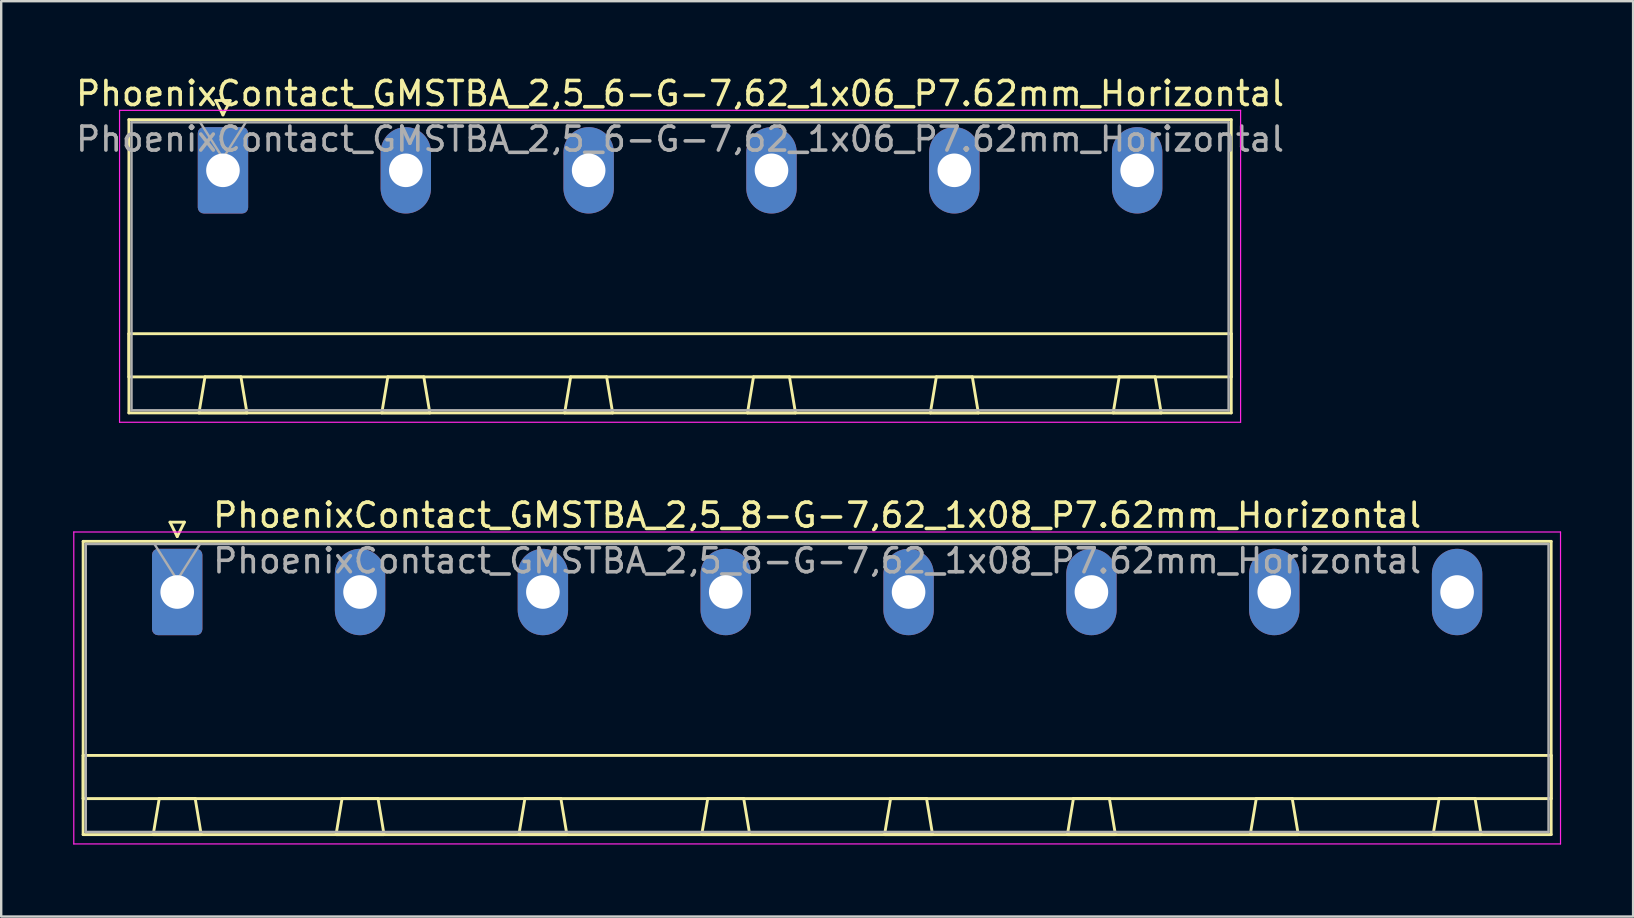
<source format=kicad_pcb>
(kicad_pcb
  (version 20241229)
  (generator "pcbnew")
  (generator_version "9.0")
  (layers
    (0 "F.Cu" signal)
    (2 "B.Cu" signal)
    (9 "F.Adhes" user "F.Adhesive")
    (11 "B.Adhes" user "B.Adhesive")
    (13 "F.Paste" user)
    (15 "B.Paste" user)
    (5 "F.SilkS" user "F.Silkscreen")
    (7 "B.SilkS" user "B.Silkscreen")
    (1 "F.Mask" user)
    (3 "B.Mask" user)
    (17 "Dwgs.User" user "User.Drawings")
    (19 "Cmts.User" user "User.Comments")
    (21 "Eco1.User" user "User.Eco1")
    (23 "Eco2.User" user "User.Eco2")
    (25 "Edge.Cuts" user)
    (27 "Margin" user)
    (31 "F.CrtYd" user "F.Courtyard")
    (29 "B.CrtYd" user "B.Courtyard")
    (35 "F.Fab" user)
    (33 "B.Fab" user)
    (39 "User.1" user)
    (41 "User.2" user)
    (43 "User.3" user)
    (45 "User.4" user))
  (footprint "PhoenixContact_GMSTBA_2,5_8-G-7,62_1x08_P7.62mm_Horizontal"
    (layer "F.Cu")
    (at 4.335 21.622)
    (property "Reference" "PhoenixContact_GMSTBA_2,5_8-G-7,62_1x08_P7.62mm_Horizontal" (at 26.67 -3.2 0) (layer "F.SilkS") (effects (font (size 1 1) (thickness 0.15))))
    (attr through_hole)
    (fp_line (start -3.92 -2.11) (end -3.92 10.11) (stroke (width 0.12) (type solid)) (layer "F.SilkS"))
    (fp_line (start -3.92 6.81) (end 57.26 6.81) (stroke (width 0.12) (type solid)) (layer "F.SilkS"))
    (fp_line (start -3.92 8.61) (end -3.92 6.81) (stroke (width 0.12) (type solid)) (layer "F.SilkS"))
    (fp_line (start -3.92 10.11) (end 57.26 10.11) (stroke (width 0.12) (type solid)) (layer "F.SilkS"))
    (fp_line (start -1 10.11) (end 1 10.11) (stroke (width 0.12) (type solid)) (layer "F.SilkS"))
    (fp_line (start -0.75 8.61) (end -1 10.11) (stroke (width 0.12) (type solid)) (layer "F.SilkS"))
    (fp_line (start -0.3 -2.91) (end 0.3 -2.91) (stroke (width 0.12) (type solid)) (layer "F.SilkS"))
    (fp_line (start 0 -2.31) (end -0.3 -2.91) (stroke (width 0.12) (type solid)) (layer "F.SilkS"))
    (fp_line (start 0.3 -2.91) (end 0 -2.31) (stroke (width 0.12) (type solid)) (layer "F.SilkS"))
    (fp_line (start 0.75 8.61) (end -0.75 8.61) (stroke (width 0.12) (type solid)) (layer "F.SilkS"))
    (fp_line (start 1 10.11) (end 0.75 8.61) (stroke (width 0.12) (type solid)) (layer "F.SilkS"))
    (fp_line (start 6.62 10.11) (end 8.62 10.11) (stroke (width 0.12) (type solid)) (layer "F.SilkS"))
    (fp_line (start 6.87 8.61) (end 6.62 10.11) (stroke (width 0.12) (type solid)) (layer "F.SilkS"))
    (fp_line (start 8.37 8.61) (end 6.87 8.61) (stroke (width 0.12) (type solid)) (layer "F.SilkS"))
    (fp_line (start 8.62 10.11) (end 8.37 8.61) (stroke (width 0.12) (type solid)) (layer "F.SilkS"))
    (fp_line (start 14.24 10.11) (end 16.24 10.11) (stroke (width 0.12) (type solid)) (layer "F.SilkS"))
    (fp_line (start 14.49 8.61) (end 14.24 10.11) (stroke (width 0.12) (type solid)) (layer "F.SilkS"))
    (fp_line (start 15.99 8.61) (end 14.49 8.61) (stroke (width 0.12) (type solid)) (layer "F.SilkS"))
    (fp_line (start 16.24 10.11) (end 15.99 8.61) (stroke (width 0.12) (type solid)) (layer "F.SilkS"))
    (fp_line (start 21.86 10.11) (end 23.86 10.11) (stroke (width 0.12) (type solid)) (layer "F.SilkS"))
    (fp_line (start 22.11 8.61) (end 21.86 10.11) (stroke (width 0.12) (type solid)) (layer "F.SilkS"))
    (fp_line (start 23.61 8.61) (end 22.11 8.61) (stroke (width 0.12) (type solid)) (layer "F.SilkS"))
    (fp_line (start 23.86 10.11) (end 23.61 8.61) (stroke (width 0.12) (type solid)) (layer "F.SilkS"))
    (fp_line (start 29.48 10.11) (end 31.48 10.11) (stroke (width 0.12) (type solid)) (layer "F.SilkS"))
    (fp_line (start 29.73 8.61) (end 29.48 10.11) (stroke (width 0.12) (type solid)) (layer "F.SilkS"))
    (fp_line (start 31.23 8.61) (end 29.73 8.61) (stroke (width 0.12) (type solid)) (layer "F.SilkS"))
    (fp_line (start 31.48 10.11) (end 31.23 8.61) (stroke (width 0.12) (type solid)) (layer "F.SilkS"))
    (fp_line (start 37.1 10.11) (end 39.1 10.11) (stroke (width 0.12) (type solid)) (layer "F.SilkS"))
    (fp_line (start 37.35 8.61) (end 37.1 10.11) (stroke (width 0.12) (type solid)) (layer "F.SilkS"))
    (fp_line (start 38.85 8.61) (end 37.35 8.61) (stroke (width 0.12) (type solid)) (layer "F.SilkS"))
    (fp_line (start 39.1 10.11) (end 38.85 8.61) (stroke (width 0.12) (type solid)) (layer "F.SilkS"))
    (fp_line (start 44.72 10.11) (end 46.72 10.11) (stroke (width 0.12) (type solid)) (layer "F.SilkS"))
    (fp_line (start 44.97 8.61) (end 44.72 10.11) (stroke (width 0.12) (type solid)) (layer "F.SilkS"))
    (fp_line (start 46.47 8.61) (end 44.97 8.61) (stroke (width 0.12) (type solid)) (layer "F.SilkS"))
    (fp_line (start 46.72 10.11) (end 46.47 8.61) (stroke (width 0.12) (type solid)) (layer "F.SilkS"))
    (fp_line (start 52.34 10.11) (end 54.34 10.11) (stroke (width 0.12) (type solid)) (layer "F.SilkS"))
    (fp_line (start 52.59 8.61) (end 52.34 10.11) (stroke (width 0.12) (type solid)) (layer "F.SilkS"))
    (fp_line (start 54.09 8.61) (end 52.59 8.61) (stroke (width 0.12) (type solid)) (layer "F.SilkS"))
    (fp_line (start 54.34 10.11) (end 54.09 8.61) (stroke (width 0.12) (type solid)) (layer "F.SilkS"))
    (fp_line (start 57.26 -2.11) (end -3.92 -2.11) (stroke (width 0.12) (type solid)) (layer "F.SilkS"))
    (fp_line (start 57.26 6.81) (end 57.26 8.61) (stroke (width 0.12) (type solid)) (layer "F.SilkS"))
    (fp_line (start 57.26 8.61) (end -3.92 8.61) (stroke (width 0.12) (type solid)) (layer "F.SilkS"))
    (fp_line (start 57.26 10.11) (end 57.26 -2.11) (stroke (width 0.12) (type solid)) (layer "F.SilkS"))
    (fp_line (start -4.31 -2.5) (end -4.31 10.5) (stroke (width 0.05) (type solid)) (layer "F.CrtYd"))
    (fp_line (start -4.31 10.5) (end 57.65 10.5) (stroke (width 0.05) (type solid)) (layer "F.CrtYd"))
    (fp_line (start 57.65 -2.5) (end -4.31 -2.5) (stroke (width 0.05) (type solid)) (layer "F.CrtYd"))
    (fp_line (start 57.65 10.5) (end 57.65 -2.5) (stroke (width 0.05) (type solid)) (layer "F.CrtYd"))
    (fp_line (start -3.81 -2) (end -3.81 10) (stroke (width 0.1) (type solid)) (layer "F.Fab"))
    (fp_line (start -3.81 10) (end 57.15 10) (stroke (width 0.1) (type solid)) (layer "F.Fab"))
    (fp_line (start 0 -0.5) (end -0.95 -2) (stroke (width 0.1) (type solid)) (layer "F.Fab"))
    (fp_line (start 0.95 -2) (end 0 -0.5) (stroke (width 0.1) (type solid)) (layer "F.Fab"))
    (fp_line (start 57.15 -2) (end -3.81 -2) (stroke (width 0.1) (type solid)) (layer "F.Fab"))
    (fp_line (start 57.15 10) (end 57.15 -2) (stroke (width 0.1) (type solid)) (layer "F.Fab"))
    (fp_text user "${REFERENCE}" (at 26.67 -1.3 0) (layer "F.Fab") (effects (font (size 1 1) (thickness 0.15))))
    (pad "1" thru_hole roundrect (at 0 0) (size 2.1 3.6) (drill 1.4) (layers "*.Cu" "*.Mask") (roundrect_rratio 0.119))
    (pad "2" thru_hole oval (at 7.62 0) (size 2.1 3.6) (drill 1.4) (layers "*.Cu" "*.Mask"))
    (pad "3" thru_hole oval (at 15.24 0) (size 2.1 3.6) (drill 1.4) (layers "*.Cu" "*.Mask"))
    (pad "4" thru_hole oval (at 22.86 0) (size 2.1 3.6) (drill 1.4) (layers "*.Cu" "*.Mask"))
    (pad "5" thru_hole oval (at 30.48 0) (size 2.1 3.6) (drill 1.4) (layers "*.Cu" "*.Mask"))
    (pad "6" thru_hole oval (at 38.1 0) (size 2.1 3.6) (drill 1.4) (layers "*.Cu" "*.Mask"))
    (pad "7" thru_hole oval (at 45.72 0) (size 2.1 3.6) (drill 1.4) (layers "*.Cu" "*.Mask"))
    (pad "8" thru_hole oval (at 53.34 0) (size 2.1 3.6) (drill 1.4) (layers "*.Cu" "*.Mask")))
  (footprint "PhoenixContact_GMSTBA_2,5_6-G-7,62_1x06_P7.62mm_Horizontal"
    (layer "F.Cu")
    (at 6.242 4.048)
    (property "Reference" "PhoenixContact_GMSTBA_2,5_6-G-7,62_1x06_P7.62mm_Horizontal" (at 19.05 -3.2 0) (layer "F.SilkS") (effects (font (size 1 1) (thickness 0.15))))
    (attr through_hole)
    (fp_line (start -3.92 -2.11) (end -3.92 10.11) (stroke (width 0.12) (type solid)) (layer "F.SilkS"))
    (fp_line (start -3.92 6.81) (end 42.02 6.81) (stroke (width 0.12) (type solid)) (layer "F.SilkS"))
    (fp_line (start -3.92 8.61) (end -3.92 6.81) (stroke (width 0.12) (type solid)) (layer "F.SilkS"))
    (fp_line (start -3.92 10.11) (end 42.02 10.11) (stroke (width 0.12) (type solid)) (layer "F.SilkS"))
    (fp_line (start -1 10.11) (end 1 10.11) (stroke (width 0.12) (type solid)) (layer "F.SilkS"))
    (fp_line (start -0.75 8.61) (end -1 10.11) (stroke (width 0.12) (type solid)) (layer "F.SilkS"))
    (fp_line (start -0.3 -2.91) (end 0.3 -2.91) (stroke (width 0.12) (type solid)) (layer "F.SilkS"))
    (fp_line (start 0 -2.31) (end -0.3 -2.91) (stroke (width 0.12) (type solid)) (layer "F.SilkS"))
    (fp_line (start 0.3 -2.91) (end 0 -2.31) (stroke (width 0.12) (type solid)) (layer "F.SilkS"))
    (fp_line (start 0.75 8.61) (end -0.75 8.61) (stroke (width 0.12) (type solid)) (layer "F.SilkS"))
    (fp_line (start 1 10.11) (end 0.75 8.61) (stroke (width 0.12) (type solid)) (layer "F.SilkS"))
    (fp_line (start 6.62 10.11) (end 8.62 10.11) (stroke (width 0.12) (type solid)) (layer "F.SilkS"))
    (fp_line (start 6.87 8.61) (end 6.62 10.11) (stroke (width 0.12) (type solid)) (layer "F.SilkS"))
    (fp_line (start 8.37 8.61) (end 6.87 8.61) (stroke (width 0.12) (type solid)) (layer "F.SilkS"))
    (fp_line (start 8.62 10.11) (end 8.37 8.61) (stroke (width 0.12) (type solid)) (layer "F.SilkS"))
    (fp_line (start 14.24 10.11) (end 16.24 10.11) (stroke (width 0.12) (type solid)) (layer "F.SilkS"))
    (fp_line (start 14.49 8.61) (end 14.24 10.11) (stroke (width 0.12) (type solid)) (layer "F.SilkS"))
    (fp_line (start 15.99 8.61) (end 14.49 8.61) (stroke (width 0.12) (type solid)) (layer "F.SilkS"))
    (fp_line (start 16.24 10.11) (end 15.99 8.61) (stroke (width 0.12) (type solid)) (layer "F.SilkS"))
    (fp_line (start 21.86 10.11) (end 23.86 10.11) (stroke (width 0.12) (type solid)) (layer "F.SilkS"))
    (fp_line (start 22.11 8.61) (end 21.86 10.11) (stroke (width 0.12) (type solid)) (layer "F.SilkS"))
    (fp_line (start 23.61 8.61) (end 22.11 8.61) (stroke (width 0.12) (type solid)) (layer "F.SilkS"))
    (fp_line (start 23.86 10.11) (end 23.61 8.61) (stroke (width 0.12) (type solid)) (layer "F.SilkS"))
    (fp_line (start 29.48 10.11) (end 31.48 10.11) (stroke (width 0.12) (type solid)) (layer "F.SilkS"))
    (fp_line (start 29.73 8.61) (end 29.48 10.11) (stroke (width 0.12) (type solid)) (layer "F.SilkS"))
    (fp_line (start 31.23 8.61) (end 29.73 8.61) (stroke (width 0.12) (type solid)) (layer "F.SilkS"))
    (fp_line (start 31.48 10.11) (end 31.23 8.61) (stroke (width 0.12) (type solid)) (layer "F.SilkS"))
    (fp_line (start 37.1 10.11) (end 39.1 10.11) (stroke (width 0.12) (type solid)) (layer "F.SilkS"))
    (fp_line (start 37.35 8.61) (end 37.1 10.11) (stroke (width 0.12) (type solid)) (layer "F.SilkS"))
    (fp_line (start 38.85 8.61) (end 37.35 8.61) (stroke (width 0.12) (type solid)) (layer "F.SilkS"))
    (fp_line (start 39.1 10.11) (end 38.85 8.61) (stroke (width 0.12) (type solid)) (layer "F.SilkS"))
    (fp_line (start 42.02 -2.11) (end -3.92 -2.11) (stroke (width 0.12) (type solid)) (layer "F.SilkS"))
    (fp_line (start 42.02 6.81) (end 42.02 8.61) (stroke (width 0.12) (type solid)) (layer "F.SilkS"))
    (fp_line (start 42.02 8.61) (end -3.92 8.61) (stroke (width 0.12) (type solid)) (layer "F.SilkS"))
    (fp_line (start 42.02 10.11) (end 42.02 -2.11) (stroke (width 0.12) (type solid)) (layer "F.SilkS"))
    (fp_line (start -4.31 -2.5) (end -4.31 10.5) (stroke (width 0.05) (type solid)) (layer "F.CrtYd"))
    (fp_line (start -4.31 10.5) (end 42.41 10.5) (stroke (width 0.05) (type solid)) (layer "F.CrtYd"))
    (fp_line (start 42.41 -2.5) (end -4.31 -2.5) (stroke (width 0.05) (type solid)) (layer "F.CrtYd"))
    (fp_line (start 42.41 10.5) (end 42.41 -2.5) (stroke (width 0.05) (type solid)) (layer "F.CrtYd"))
    (fp_line (start -3.81 -2) (end -3.81 10) (stroke (width 0.1) (type solid)) (layer "F.Fab"))
    (fp_line (start -3.81 10) (end 41.91 10) (stroke (width 0.1) (type solid)) (layer "F.Fab"))
    (fp_line (start 0 -0.5) (end -0.95 -2) (stroke (width 0.1) (type solid)) (layer "F.Fab"))
    (fp_line (start 0.95 -2) (end 0 -0.5) (stroke (width 0.1) (type solid)) (layer "F.Fab"))
    (fp_line (start 41.91 -2) (end -3.81 -2) (stroke (width 0.1) (type solid)) (layer "F.Fab"))
    (fp_line (start 41.91 10) (end 41.91 -2) (stroke (width 0.1) (type solid)) (layer "F.Fab"))
    (fp_text user "${REFERENCE}" (at 19.05 -1.3 0) (layer "F.Fab") (effects (font (size 1 1) (thickness 0.15))))
    (pad "1" thru_hole roundrect (at 0 0) (size 2.1 3.6) (drill 1.4) (layers "*.Cu" "*.Mask") (roundrect_rratio 0.119))
    (pad "2" thru_hole oval (at 7.62 0) (size 2.1 3.6) (drill 1.4) (layers "*.Cu" "*.Mask"))
    (pad "3" thru_hole oval (at 15.24 0) (size 2.1 3.6) (drill 1.4) (layers "*.Cu" "*.Mask"))
    (pad "4" thru_hole oval (at 22.86 0) (size 2.1 3.6) (drill 1.4) (layers "*.Cu" "*.Mask"))
    (pad "5" thru_hole oval (at 30.48 0) (size 2.1 3.6) (drill 1.4) (layers "*.Cu" "*.Mask"))
    (pad "6" thru_hole oval (at 38.1 0) (size 2.1 3.6) (drill 1.4) (layers "*.Cu" "*.Mask")))
  (gr_rect
    (start -3 -3)
    (end 65.01 35.147)
    (stroke (width 0.1) (type default))
    (fill no)
    (layer "Edge.Cuts")))
</source>
